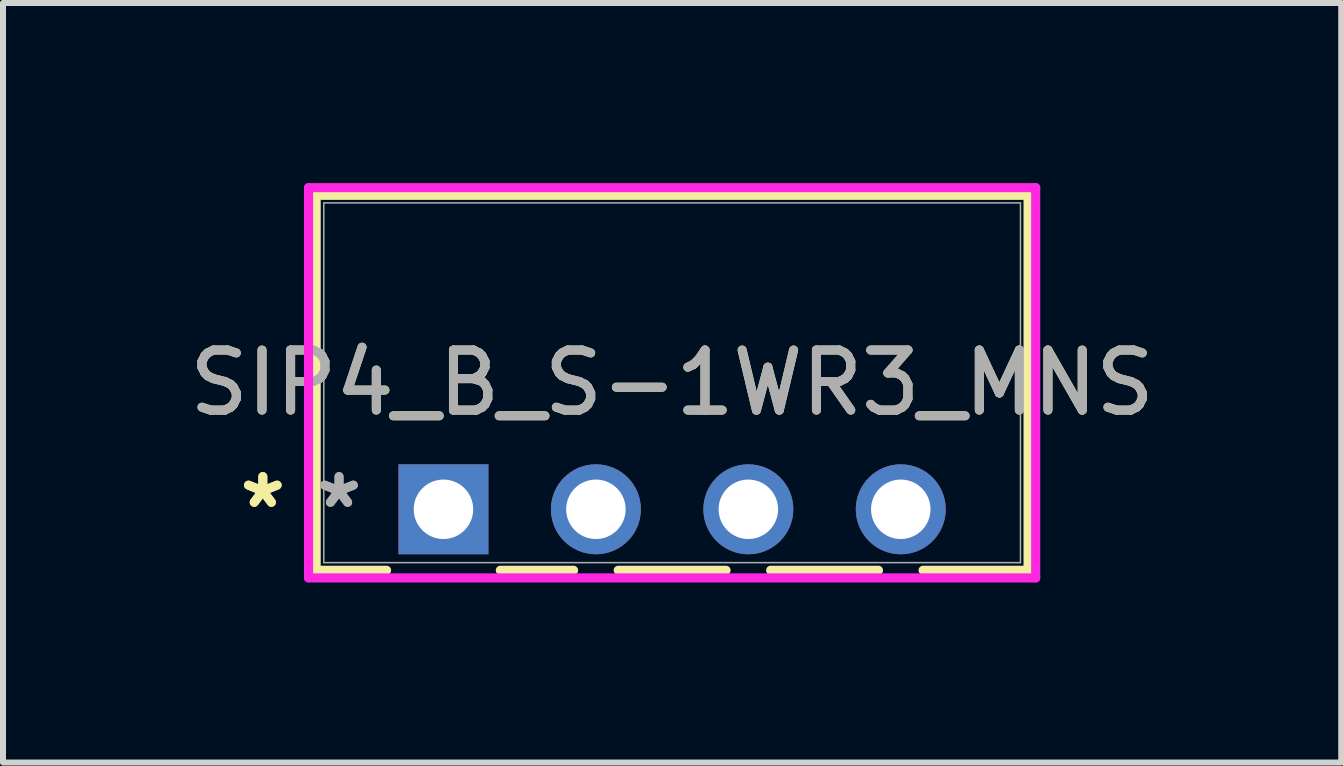
<source format=kicad_pcb>
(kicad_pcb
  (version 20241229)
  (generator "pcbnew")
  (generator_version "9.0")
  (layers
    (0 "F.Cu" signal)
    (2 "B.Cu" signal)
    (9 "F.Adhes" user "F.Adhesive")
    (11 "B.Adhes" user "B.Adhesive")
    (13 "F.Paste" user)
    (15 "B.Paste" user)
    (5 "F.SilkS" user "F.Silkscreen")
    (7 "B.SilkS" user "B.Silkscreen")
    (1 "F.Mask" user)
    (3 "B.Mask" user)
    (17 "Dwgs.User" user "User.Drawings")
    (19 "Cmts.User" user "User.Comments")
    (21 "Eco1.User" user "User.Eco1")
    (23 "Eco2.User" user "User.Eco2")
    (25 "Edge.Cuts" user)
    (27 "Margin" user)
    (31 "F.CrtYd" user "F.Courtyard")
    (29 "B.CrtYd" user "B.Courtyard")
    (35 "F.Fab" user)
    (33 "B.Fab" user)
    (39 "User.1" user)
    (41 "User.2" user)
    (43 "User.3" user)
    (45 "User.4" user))
  (footprint "SIP4_B_S-1WR3_MNS"
    (layer "F.Cu")
    (at 4.339 5.436)
    (property "Reference" "SIP4_B_S-1WR3_MNS" (at 3.81 -2.108 0) (unlocked yes) (layer "F.SilkS") (effects (font (size 1 1) (thickness 0.15))))
    (attr through_hole)
    (fp_line (start -2.121 -5.232) (end -2.121 1.016) (stroke (width 0.152) (type solid)) (layer "F.SilkS"))
    (fp_line (start -2.121 1.016) (end -0.948 1.016) (stroke (width 0.152) (type solid)) (layer "F.SilkS"))
    (fp_line (start 0.948 1.016) (end 2.168 1.016) (stroke (width 0.152) (type solid)) (layer "F.SilkS"))
    (fp_line (start 2.912 1.016) (end 4.708 1.016) (stroke (width 0.152) (type solid)) (layer "F.SilkS"))
    (fp_line (start 5.452 1.016) (end 7.248 1.016) (stroke (width 0.152) (type solid)) (layer "F.SilkS"))
    (fp_line (start 7.992 1.016) (end 9.741 1.016) (stroke (width 0.152) (type solid)) (layer "F.SilkS"))
    (fp_line (start 9.741 -5.232) (end -2.121 -5.232) (stroke (width 0.152) (type solid)) (layer "F.SilkS"))
    (fp_line (start 9.741 1.016) (end 9.741 -5.232) (stroke (width 0.152) (type solid)) (layer "F.SilkS"))
    (fp_line (start -2.248 -5.359) (end 9.868 -5.359) (stroke (width 0.152) (type solid)) (layer "F.CrtYd"))
    (fp_line (start -2.248 1.143) (end -2.248 -5.359) (stroke (width 0.152) (type solid)) (layer "F.CrtYd"))
    (fp_line (start 9.868 -5.359) (end 9.868 1.143) (stroke (width 0.152) (type solid)) (layer "F.CrtYd"))
    (fp_line (start 9.868 1.143) (end -2.248 1.143) (stroke (width 0.152) (type solid)) (layer "F.CrtYd"))
    (fp_line (start -1.994 -5.105) (end -1.994 0.889) (stroke (width 0.025) (type solid)) (layer "F.Fab"))
    (fp_line (start -1.994 0.889) (end 9.614 0.889) (stroke (width 0.025) (type solid)) (layer "F.Fab"))
    (fp_line (start 9.614 -5.105) (end -1.994 -5.105) (stroke (width 0.025) (type solid)) (layer "F.Fab"))
    (fp_line (start 9.614 0.889) (end 9.614 -5.105) (stroke (width 0.025) (type solid)) (layer "F.Fab"))
    (fp_text user "*" (at -3.01 0 0) (unlocked yes) (layer "F.SilkS") (effects (font (size 1 1) (thickness 0.15))))
    (fp_text user "*" (at -3.01 0 0) (layer "F.SilkS") (effects (font (size 1 1) (thickness 0.15))))
    (fp_text user "${REFERENCE}" (at 3.81 -2.108 0) (unlocked yes) (layer "F.Fab") (effects (font (size 1 1) (thickness 0.15))))
    (fp_text user "*" (at -1.74 0 0) (layer "F.Fab") (effects (font (size 1 1) (thickness 0.15))))
    (fp_text user "*" (at -1.74 0 0) (unlocked yes) (layer "F.Fab") (effects (font (size 1 1) (thickness 0.15))))
    (pad "1" thru_hole rect (at 0 0) (size 1.499 1.499) (drill 0.991) (layers "*.Cu" "*.Mask"))
    (pad "2" thru_hole circle (at 2.54 0) (size 1.499 1.499) (drill 0.991) (layers "*.Cu" "*.Mask"))
    (pad "3" thru_hole circle (at 5.08 0) (size 1.499 1.499) (drill 0.991) (layers "*.Cu" "*.Mask"))
    (pad "4" thru_hole circle (at 7.62 0) (size 1.499 1.499) (drill 0.991) (layers "*.Cu" "*.Mask")))
  (gr_rect
    (start -3 -3)
    (end 19.298 9.655)
    (stroke (width 0.1) (type default))
    (fill no)
    (layer "Edge.Cuts")))
</source>
